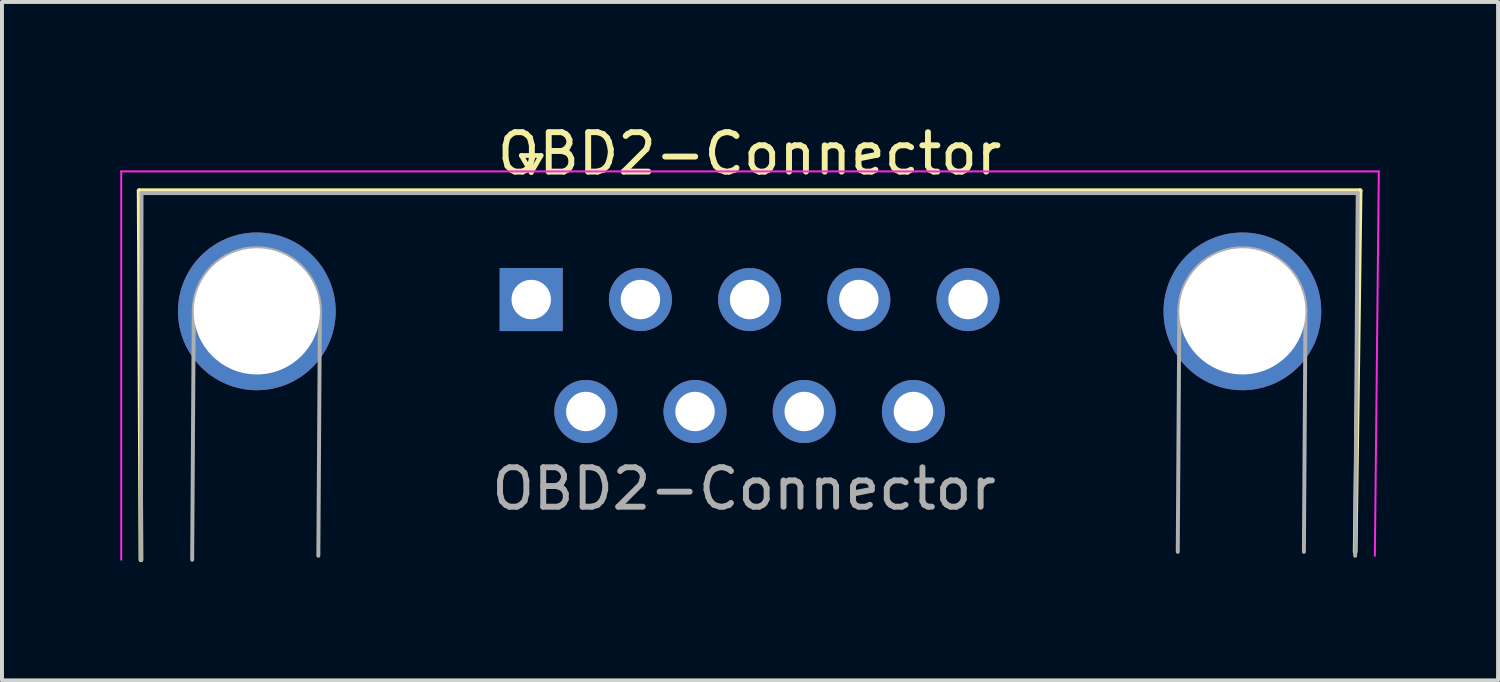
<source format=kicad_pcb>
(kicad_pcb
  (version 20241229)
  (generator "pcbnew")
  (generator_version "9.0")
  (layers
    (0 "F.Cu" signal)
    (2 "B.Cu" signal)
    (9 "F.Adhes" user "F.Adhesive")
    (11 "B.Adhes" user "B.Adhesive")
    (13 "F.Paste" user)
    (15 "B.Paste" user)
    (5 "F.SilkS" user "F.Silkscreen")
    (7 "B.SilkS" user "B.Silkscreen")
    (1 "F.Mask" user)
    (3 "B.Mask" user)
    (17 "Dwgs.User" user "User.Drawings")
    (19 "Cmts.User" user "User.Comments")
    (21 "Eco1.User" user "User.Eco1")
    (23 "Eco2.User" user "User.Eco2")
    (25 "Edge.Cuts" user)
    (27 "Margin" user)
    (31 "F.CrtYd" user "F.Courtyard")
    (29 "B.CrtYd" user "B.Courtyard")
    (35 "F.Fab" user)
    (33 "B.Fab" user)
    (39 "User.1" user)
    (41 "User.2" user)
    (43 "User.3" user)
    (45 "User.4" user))
  (footprint "OBD2-Connector"
    (layer "F.Cu")
    (at 10.425 4.548)
    (property "Reference" "OBD2-Connector" (at 5.54 -3.7 0) (layer "F.SilkS") (effects (font (size 1 1) (thickness 0.15))))
    (attr through_hole)
    (fp_line (start -9.945 -2.76) (end 21.025 -2.76) (stroke (width 0.12) (type solid)) (layer "F.SilkS"))
    (fp_line (start -9.9 6.6) (end -9.945 -2.76) (stroke (width 0.12) (type solid)) (layer "F.SilkS"))
    (fp_line (start -0.25 -3.654) (end 0.25 -3.654) (stroke (width 0.12) (type solid)) (layer "F.SilkS"))
    (fp_line (start 0 -3.221) (end -0.25 -3.654) (stroke (width 0.12) (type solid)) (layer "F.SilkS"))
    (fp_line (start 0.25 -3.654) (end 0 -3.221) (stroke (width 0.12) (type solid)) (layer "F.SilkS"))
    (fp_line (start 21.025 -2.76) (end 20.9 6.4) (stroke (width 0.12) (type solid)) (layer "F.SilkS"))
    (fp_line (start -10.4 -3.25) (end -10.4 6.6) (stroke (width 0.05) (type solid)) (layer "F.CrtYd"))
    (fp_line (start 21.4 6.5) (end 21.5 -3.25) (stroke (width 0.05) (type solid)) (layer "F.CrtYd"))
    (fp_line (start 21.5 -3.25) (end -10.4 -3.25) (stroke (width 0.05) (type solid)) (layer "F.CrtYd"))
    (fp_line (start -9.885 -2.7) (end -9.9 6.6) (stroke (width 0.1) (type solid)) (layer "F.Fab"))
    (fp_line (start -8.6 6.6) (end -8.56 0.3) (stroke (width 0.1) (type solid)) (layer "F.Fab"))
    (fp_line (start -5.4 6.5) (end -5.36 0.3) (stroke (width 0.1) (type solid)) (layer "F.Fab"))
    (fp_line (start 16.4 6.4) (end 16.44 0.3) (stroke (width 0.1) (type solid)) (layer "F.Fab"))
    (fp_line (start 19.6 6.4) (end 19.64 0.3) (stroke (width 0.1) (type solid)) (layer "F.Fab"))
    (fp_line (start 20.9 6.5) (end 20.965 -2.7) (stroke (width 0.1) (type solid)) (layer "F.Fab"))
    (fp_line (start 20.965 -2.7) (end -9.885 -2.7) (stroke (width 0.1) (type solid)) (layer "F.Fab"))
    (fp_arc (start -8.56 0.3) (mid -6.96 -1.3) (end -5.36 0.3) (stroke (width 0.1) (type solid)) (layer "F.Fab"))
    (fp_arc (start 16.44 0.3) (mid 18.04 -1.3) (end 19.64 0.3) (stroke (width 0.1) (type solid)) (layer "F.Fab"))
    (fp_text user "${REFERENCE}" (at 5.4 4.8 0) (layer "F.Fab") (effects (font (size 1 1) (thickness 0.15))))
    (pad "0" thru_hole circle (at -6.96 0.3) (size 4 4) (drill 3.2) (layers "*.Cu" "*.Mask"))
    (pad "0" thru_hole circle (at 18.04 0.3) (size 4 4) (drill 3.2) (layers "*.Cu" "*.Mask"))
    (pad "1" thru_hole rect (at 0 0) (size 1.6 1.6) (drill 1) (layers "*.Cu" "*.Mask"))
    (pad "2" thru_hole circle (at 2.77 0) (size 1.6 1.6) (drill 1) (layers "*.Cu" "*.Mask"))
    (pad "3" thru_hole circle (at 5.54 0) (size 1.6 1.6) (drill 1) (layers "*.Cu" "*.Mask"))
    (pad "4" thru_hole circle (at 8.31 0) (size 1.6 1.6) (drill 1) (layers "*.Cu" "*.Mask"))
    (pad "5" thru_hole circle (at 11.08 0) (size 1.6 1.6) (drill 1) (layers "*.Cu" "*.Mask"))
    (pad "6" thru_hole circle (at 1.385 2.84) (size 1.6 1.6) (drill 1) (layers "*.Cu" "*.Mask"))
    (pad "7" thru_hole circle (at 4.155 2.84) (size 1.6 1.6) (drill 1) (layers "*.Cu" "*.Mask"))
    (pad "8" thru_hole circle (at 6.925 2.84) (size 1.6 1.6) (drill 1) (layers "*.Cu" "*.Mask"))
    (pad "9" thru_hole circle (at 9.695 2.84) (size 1.6 1.6) (drill 1) (layers "*.Cu" "*.Mask")))
  (gr_rect
    (start -3 -3)
    (end 34.95 14.208)
    (stroke (width 0.1) (type default))
    (fill no)
    (layer "Edge.Cuts")))
</source>
